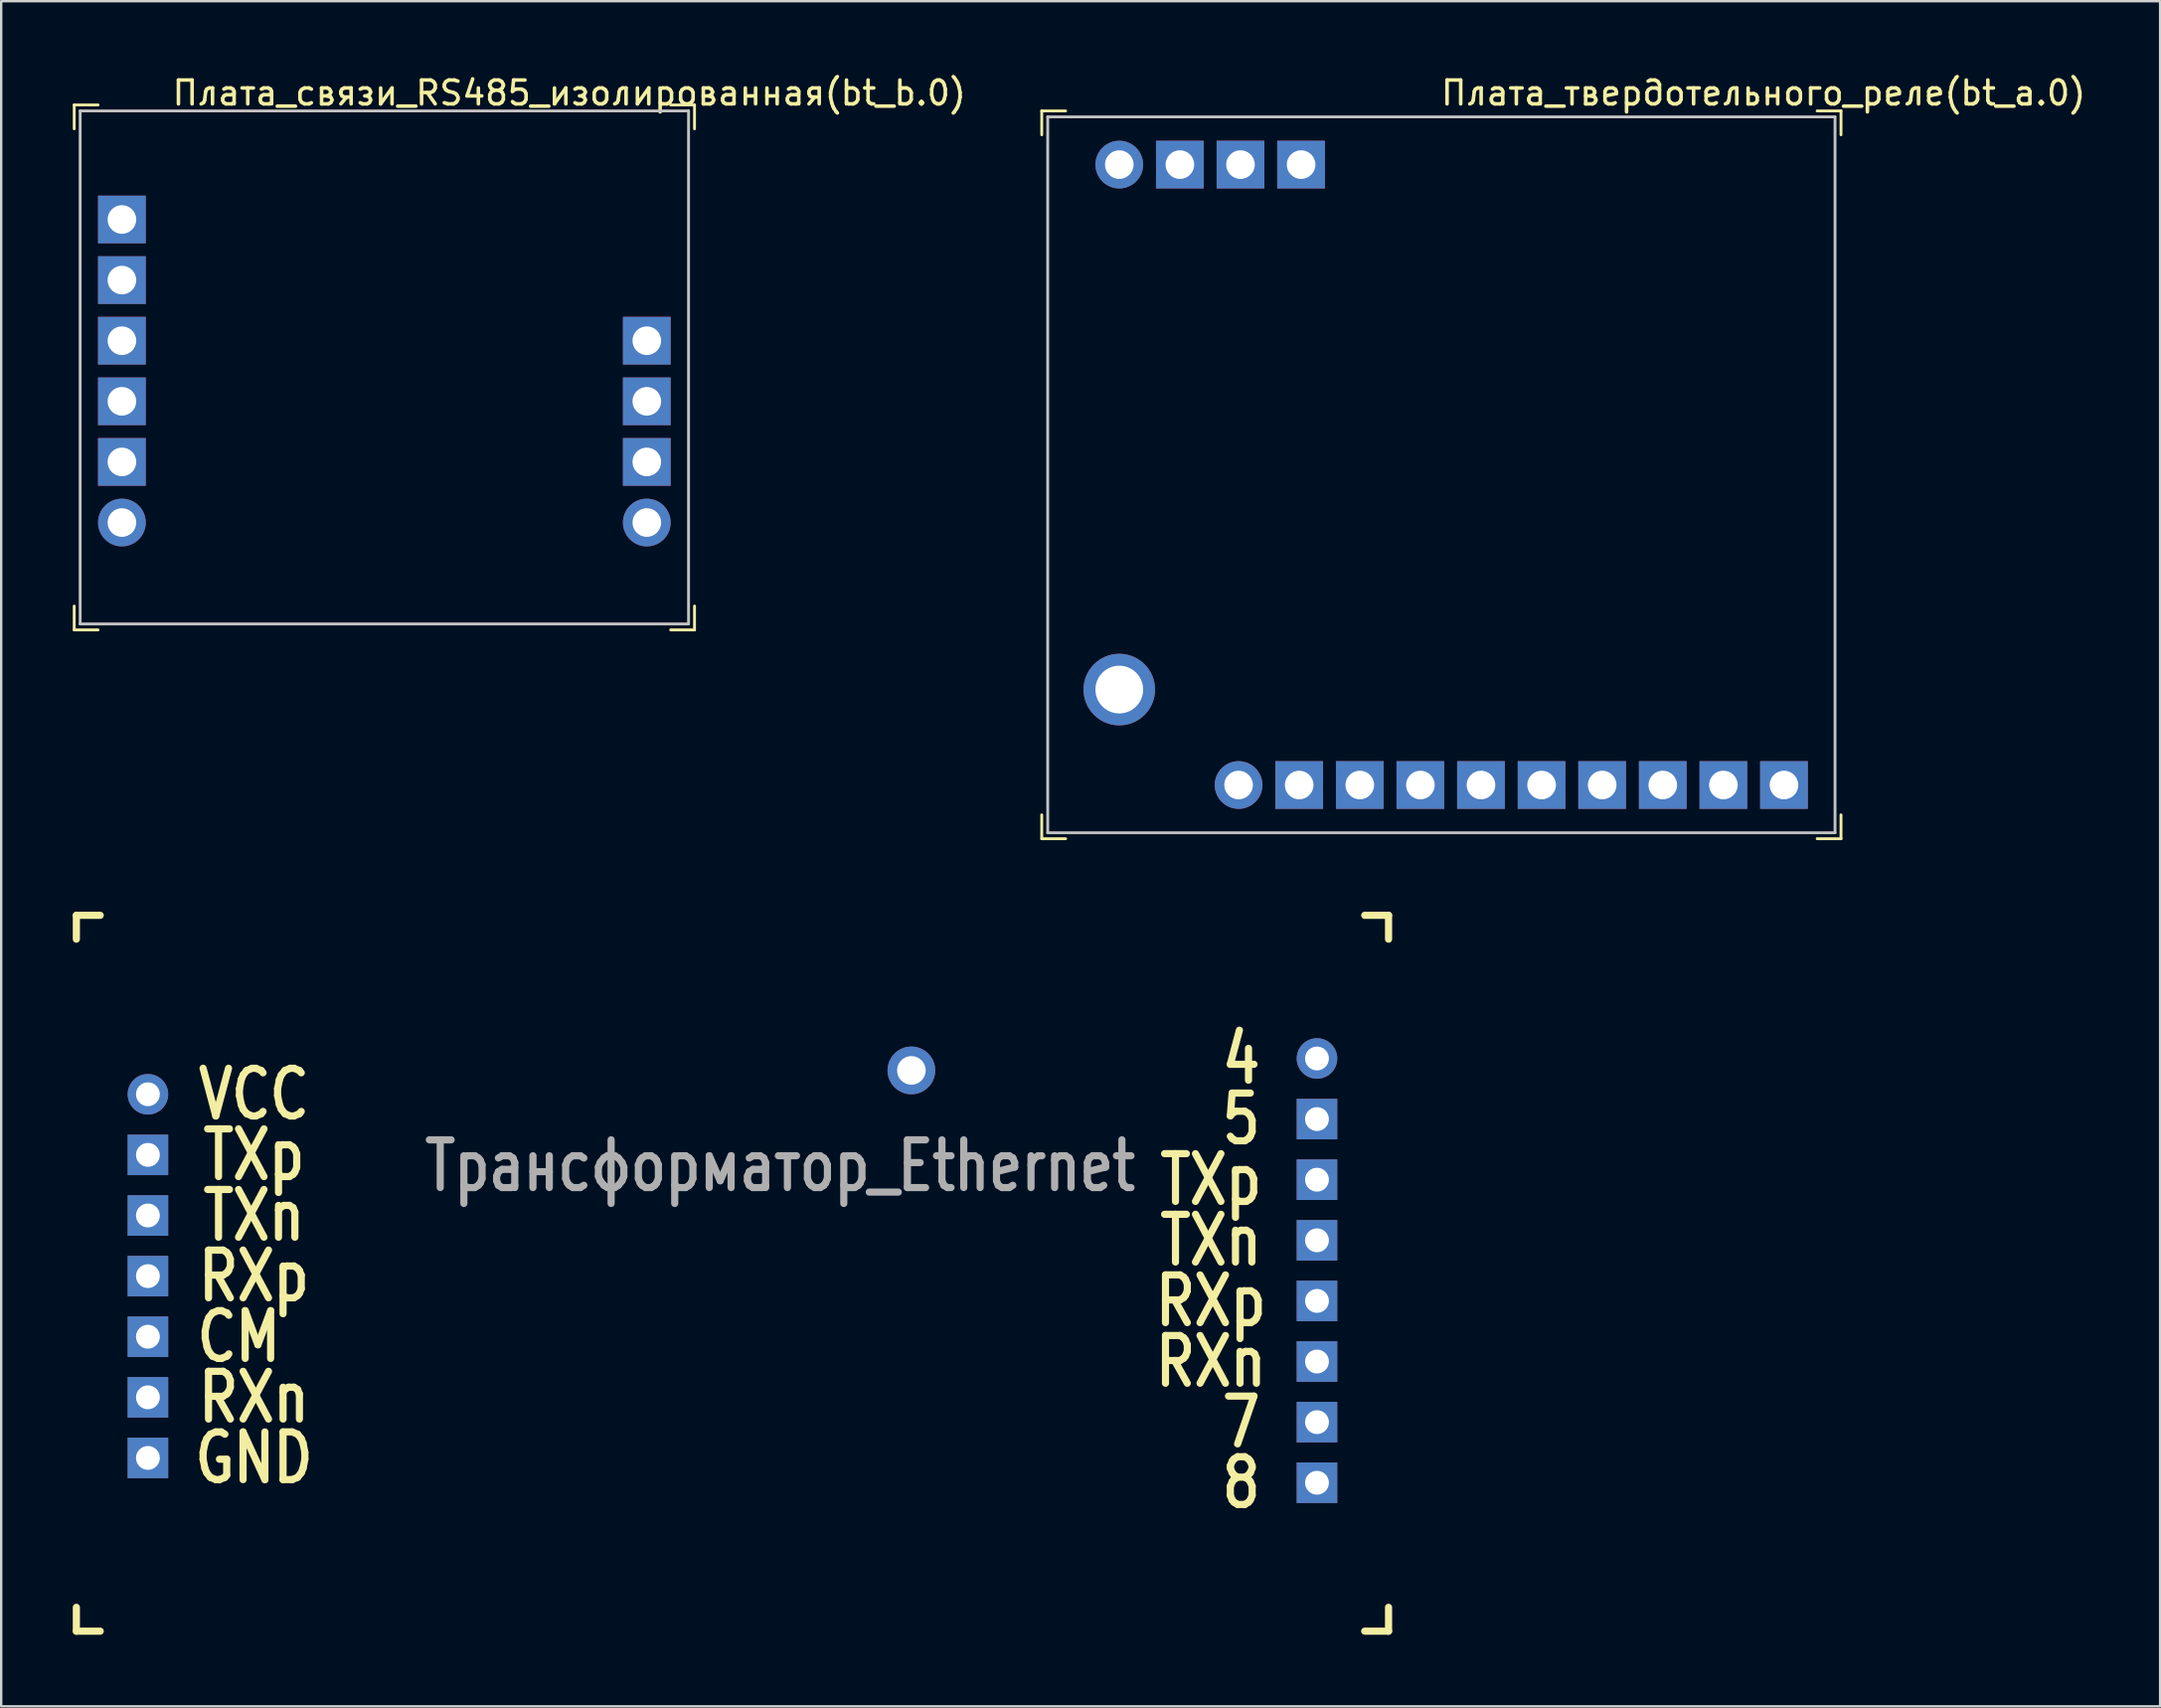
<source format=kicad_pcb>
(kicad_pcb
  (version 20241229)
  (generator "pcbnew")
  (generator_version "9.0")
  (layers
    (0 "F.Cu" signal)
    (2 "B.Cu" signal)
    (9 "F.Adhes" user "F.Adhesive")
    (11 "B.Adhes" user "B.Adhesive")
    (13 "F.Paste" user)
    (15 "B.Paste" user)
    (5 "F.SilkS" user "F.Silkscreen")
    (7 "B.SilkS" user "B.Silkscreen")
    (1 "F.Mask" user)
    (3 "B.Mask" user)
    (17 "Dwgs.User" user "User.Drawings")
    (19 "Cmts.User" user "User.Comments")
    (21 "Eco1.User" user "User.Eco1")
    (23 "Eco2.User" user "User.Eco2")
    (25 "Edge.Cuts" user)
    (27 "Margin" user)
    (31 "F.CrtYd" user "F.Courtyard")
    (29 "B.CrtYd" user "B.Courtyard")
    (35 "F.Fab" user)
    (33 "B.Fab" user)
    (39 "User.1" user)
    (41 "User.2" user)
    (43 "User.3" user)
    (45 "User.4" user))
  (footprint "Плата_связи_RS485_изолированная(bt_b.0)"
    (layer "F.Cu")
    (at 2.06 18.848)
    (property "Reference" "Плата_связи_RS485_изолированная(bt_b.0)" (at 18.75 -18 0) (layer "F.SilkS") (effects (font (size 1 1) (thickness 0.15))))
    (attr through_hole)
    (fp_line (start -2 -17.5) (end -2 -16.5) (stroke (width 0.12) (type solid)) (layer "F.SilkS"))
    (fp_line (start -2 -17.5) (end -1 -17.5) (stroke (width 0.12) (type solid)) (layer "F.SilkS"))
    (fp_line (start -2 4.5) (end -2 3.5) (stroke (width 0.12) (type solid)) (layer "F.SilkS"))
    (fp_line (start -2 4.5) (end -1 4.5) (stroke (width 0.12) (type solid)) (layer "F.SilkS"))
    (fp_line (start 24 -17.5) (end 23 -17.5) (stroke (width 0.12) (type solid)) (layer "F.SilkS"))
    (fp_line (start 24 -17.5) (end 24 -16.5) (stroke (width 0.12) (type solid)) (layer "F.SilkS"))
    (fp_line (start 24 4.5) (end 23 4.5) (stroke (width 0.12) (type solid)) (layer "F.SilkS"))
    (fp_line (start 24 4.5) (end 24 3.5) (stroke (width 0.12) (type solid)) (layer "F.SilkS"))
    (fp_line (start -1.75 -17.25) (end 23.75 -17.25) (stroke (width 0.12) (type solid)) (layer "Dwgs.User"))
    (fp_line (start -1.75 4.25) (end -1.75 -17.25) (stroke (width 0.12) (type solid)) (layer "Dwgs.User"))
    (fp_line (start -1.75 4.25) (end 23.75 4.25) (stroke (width 0.12) (type solid)) (layer "Dwgs.User"))
    (fp_line (start 23.75 4.25) (end 23.75 -17.25) (stroke (width 0.12) (type solid)) (layer "Dwgs.User"))
    (pad "1.1" thru_hole circle (at 0 0) (size 2 2) (drill 1.2) (layers "*.Cu" "*.Mask"))
    (pad "1.2" thru_hole rect (at 0 -2.54) (size 2 2) (drill 1.2) (layers "*.Cu" "*.Mask"))
    (pad "1.3" thru_hole rect (at 0 -5.08) (size 2 2) (drill 1.2) (layers "*.Cu" "*.Mask"))
    (pad "1.4" thru_hole rect (at 0 -7.62) (size 2 2) (drill 1.2) (layers "*.Cu" "*.Mask"))
    (pad "1.5" thru_hole rect (at 0 -10.16) (size 2 2) (drill 1.2) (layers "*.Cu" "*.Mask"))
    (pad "1.6" thru_hole rect (at 0 -12.7) (size 2 2) (drill 1.2) (layers "*.Cu" "*.Mask"))
    (pad "2.1" thru_hole circle (at 22 0) (size 2 2) (drill 1.2) (layers "*.Cu" "*.Mask"))
    (pad "2.2" thru_hole rect (at 22 -2.54) (size 2 2) (drill 1.2) (layers "*.Cu" "*.Mask"))
    (pad "2.3" thru_hole rect (at 22 -5.08) (size 2 2) (drill 1.2) (layers "*.Cu" "*.Mask"))
    (pad "2.4" thru_hole rect (at 22 -7.62) (size 2 2) (drill 1.2) (layers "*.Cu" "*.Mask")))
  (footprint "Трансформатор_Ethernet"
    (layer "F.Cu")
    (at 3.15 42.808)
    (property "Reference" "Трансформатор_Ethernet" (at 26.5 3 0) (layer "F.Fab") (effects (font (size 2 1.6) (thickness 0.3))))
    (attr through_hole)
    (fp_line (start -3 -7.5) (end -3 -6.5) (stroke (width 0.3) (type solid)) (layer "F.SilkS"))
    (fp_line (start -3 21.5) (end -3 22.5) (stroke (width 0.3) (type solid)) (layer "F.SilkS"))
    (fp_line (start -3 22.5) (end -2 22.5) (stroke (width 0.3) (type solid)) (layer "F.SilkS"))
    (fp_line (start -2 -7.5) (end -3 -7.5) (stroke (width 0.3) (type solid)) (layer "F.SilkS"))
    (fp_line (start 51 -7.5) (end 52 -7.5) (stroke (width 0.3) (type solid)) (layer "F.SilkS"))
    (fp_line (start 52 -7.5) (end 52 -6.5) (stroke (width 0.3) (type solid)) (layer "F.SilkS"))
    (fp_line (start 52 21.5) (end 52 22.5) (stroke (width 0.3) (type solid)) (layer "F.SilkS"))
    (fp_line (start 52 22.5) (end 51 22.5) (stroke (width 0.3) (type solid)) (layer "F.SilkS"))
    (fp_text user "RXp" (at 44.555 8.66 0) (layer "F.SilkS") (effects (font (size 2 1.6) (thickness 0.3))))
    (fp_text user "7" (at 45.825 13.74 0) (layer "F.SilkS") (effects (font (size 2 1.6) (thickness 0.3))))
    (fp_text user "RXn" (at 44.555 11.2 0) (layer "F.SilkS") (effects (font (size 2 1.6) (thickness 0.3))))
    (fp_text user "RXp" (at 4.445 7.62 0) (layer "F.SilkS") (effects (font (size 2 1.6) (thickness 0.3))))
    (fp_text user "CM" (at 3.81 10.16 0) (layer "F.SilkS") (effects (font (size 2 1.6) (thickness 0.3))))
    (fp_text user "TXp" (at 44.555 3.58 0) (layer "F.SilkS") (effects (font (size 2 1.6) (thickness 0.3))))
    (fp_text user "RXn" (at 4.445 12.7 0) (layer "F.SilkS") (effects (font (size 2 1.6) (thickness 0.3))))
    (fp_text user "5" (at 45.825 1.04 0) (layer "F.SilkS") (effects (font (size 2 1.6) (thickness 0.3))))
    (fp_text user "TXn" (at 44.555 6.12 0) (layer "F.SilkS") (effects (font (size 2 1.6) (thickness 0.3))))
    (fp_text user "TXn" (at 4.445 5.08 0) (layer "F.SilkS") (effects (font (size 2 1.6) (thickness 0.3))))
    (fp_text user "GND" (at 4.445 15.24 0) (layer "F.SilkS") (effects (font (size 2 1.6) (thickness 0.3))))
    (fp_text user "4" (at 45.825 -1.5 0) (layer "F.SilkS") (effects (font (size 2 1.6) (thickness 0.3))))
    (fp_text user "8" (at 45.825 16.28 0) (layer "F.SilkS") (effects (font (size 2 1.6) (thickness 0.3))))
    (fp_text user "VCC" (at 4.445 0 0) (layer "F.SilkS") (effects (font (size 2 1.6) (thickness 0.3))))
    (fp_text user "TXp" (at 4.445 2.54 0) (layer "F.SilkS") (effects (font (size 2 1.6) (thickness 0.3))))
    (pad "" thru_hole circle (at 32 -1) (size 2 2) (drill 1.2) (layers "*.Cu" "*.Mask"))
    (pad "1" thru_hole circle (at 0 0) (size 1.7 1.7) (drill 1) (layers "*.Cu" "*.Mask"))
    (pad "2" thru_hole rect (at 0 2.54) (size 1.7 1.7) (drill 1) (layers "*.Cu" "*.Mask"))
    (pad "3" thru_hole rect (at 0 5.08) (size 1.7 1.7) (drill 1) (layers "*.Cu" "*.Mask"))
    (pad "4" thru_hole rect (at 0 7.62) (size 1.7 1.7) (drill 1) (layers "*.Cu" "*.Mask"))
    (pad "5" thru_hole rect (at 0 10.16) (size 1.7 1.7) (drill 1) (layers "*.Cu" "*.Mask"))
    (pad "6" thru_hole rect (at 0 12.7) (size 1.7 1.7) (drill 1) (layers "*.Cu" "*.Mask"))
    (pad "7" thru_hole rect (at 0 15.24) (size 1.7 1.7) (drill 1) (layers "*.Cu" "*.Mask"))
    (pad "8" thru_hole circle (at 49 -1.5) (size 1.7 1.7) (drill 1) (layers "*.Cu" "*.Mask"))
    (pad "9" thru_hole rect (at 49 1.04) (size 1.7 1.7) (drill 1) (layers "*.Cu" "*.Mask"))
    (pad "10" thru_hole rect (at 49 3.58) (size 1.7 1.7) (drill 1) (layers "*.Cu" "*.Mask"))
    (pad "11" thru_hole rect (at 49 6.12) (size 1.7 1.7) (drill 1) (layers "*.Cu" "*.Mask"))
    (pad "12" thru_hole rect (at 49 8.66) (size 1.7 1.7) (drill 1) (layers "*.Cu" "*.Mask"))
    (pad "13" thru_hole rect (at 49 11.2) (size 1.7 1.7) (drill 1) (layers "*.Cu" "*.Mask"))
    (pad "14" thru_hole rect (at 49 13.74) (size 1.7 1.7) (drill 1) (layers "*.Cu" "*.Mask"))
    (pad "15" thru_hole rect (at 49 16.28) (size 1.7 1.7) (drill 1) (layers "*.Cu" "*.Mask")))
  (footprint "Плата_твердотельного_реле(bt_a.0)"
    (layer "F.Cu")
    (at 40.864 31.848)
    (property "Reference" "Плата_твердотельного_реле(bt_a.0)" (at 30 -31 0) (layer "F.SilkS") (effects (font (size 1 1) (thickness 0.15))))
    (attr through_hole)
    (fp_line (start -0.25 -30.25) (end -0.25 -29.25) (stroke (width 0.12) (type solid)) (layer "F.SilkS"))
    (fp_line (start -0.25 -30.25) (end 0.75 -30.25) (stroke (width 0.12) (type solid)) (layer "F.SilkS"))
    (fp_line (start -0.25 0.25) (end -0.25 -0.75) (stroke (width 0.12) (type solid)) (layer "F.SilkS"))
    (fp_line (start -0.25 0.25) (end 0.75 0.25) (stroke (width 0.12) (type solid)) (layer "F.SilkS"))
    (fp_line (start 33.25 -30.25) (end 32.25 -30.25) (stroke (width 0.12) (type solid)) (layer "F.SilkS"))
    (fp_line (start 33.25 -30.25) (end 33.25 -29.25) (stroke (width 0.12) (type solid)) (layer "F.SilkS"))
    (fp_line (start 33.25 0.25) (end 32.25 0.25) (stroke (width 0.12) (type solid)) (layer "F.SilkS"))
    (fp_line (start 33.25 0.25) (end 33.25 -0.75) (stroke (width 0.12) (type solid)) (layer "F.SilkS"))
    (fp_line (start 0 -30) (end 33 -30) (stroke (width 0.12) (type solid)) (layer "Dwgs.User"))
    (fp_line (start 0 0) (end 0 -30) (stroke (width 0.12) (type solid)) (layer "Dwgs.User"))
    (fp_line (start 33 -30) (end 33 0) (stroke (width 0.12) (type solid)) (layer "Dwgs.User"))
    (fp_line (start 33 0) (end 0 0) (stroke (width 0.12) (type solid)) (layer "Dwgs.User"))
    (pad "" thru_hole circle (at 3 -6) (size 3 3) (drill 2) (layers "*.Cu" "*.Mask"))
    (pad "1.1" thru_hole circle (at 3 -28) (size 2 2) (drill 1.2) (layers "*.Cu" "*.Mask"))
    (pad "1.2" thru_hole rect (at 5.54 -28) (size 2 2) (drill 1.2) (layers "*.Cu" "*.Mask"))
    (pad "1.3" thru_hole rect (at 8.08 -28) (size 2 2) (drill 1.2) (layers "*.Cu" "*.Mask"))
    (pad "1.4" thru_hole rect (at 10.62 -28) (size 2 2) (drill 1.2) (layers "*.Cu" "*.Mask"))
    (pad "2.1" thru_hole circle (at 8 -2) (size 2 2) (drill 1.2) (layers "*.Cu" "*.Mask"))
    (pad "2.2" thru_hole rect (at 10.54 -2) (size 2 2) (drill 1.2) (layers "*.Cu" "*.Mask"))
    (pad "2.3" thru_hole rect (at 13.08 -2) (size 2 2) (drill 1.2) (layers "*.Cu" "*.Mask"))
    (pad "2.4" thru_hole rect (at 15.62 -2) (size 2 2) (drill 1.2) (layers "*.Cu" "*.Mask"))
    (pad "2.5" thru_hole rect (at 18.16 -2) (size 2 2) (drill 1.2) (layers "*.Cu" "*.Mask"))
    (pad "2.6" thru_hole rect (at 20.7 -2) (size 2 2) (drill 1.2) (layers "*.Cu" "*.Mask"))
    (pad "2.7" thru_hole rect (at 23.24 -2) (size 2 2) (drill 1.2) (layers "*.Cu" "*.Mask"))
    (pad "2.8" thru_hole rect (at 25.78 -2) (size 2 2) (drill 1.2) (layers "*.Cu" "*.Mask"))
    (pad "2.9" thru_hole rect (at 28.32 -2) (size 2 2) (drill 1.2) (layers "*.Cu" "*.Mask"))
    (pad "2.10" thru_hole rect (at 30.86 -2) (size 2 2) (drill 1.2) (layers "*.Cu" "*.Mask")))
  (gr_rect
    (start -3 -3)
    (end 87.489 68.458)
    (stroke (width 0.1) (type default))
    (fill no)
    (layer "Edge.Cuts")))
</source>
